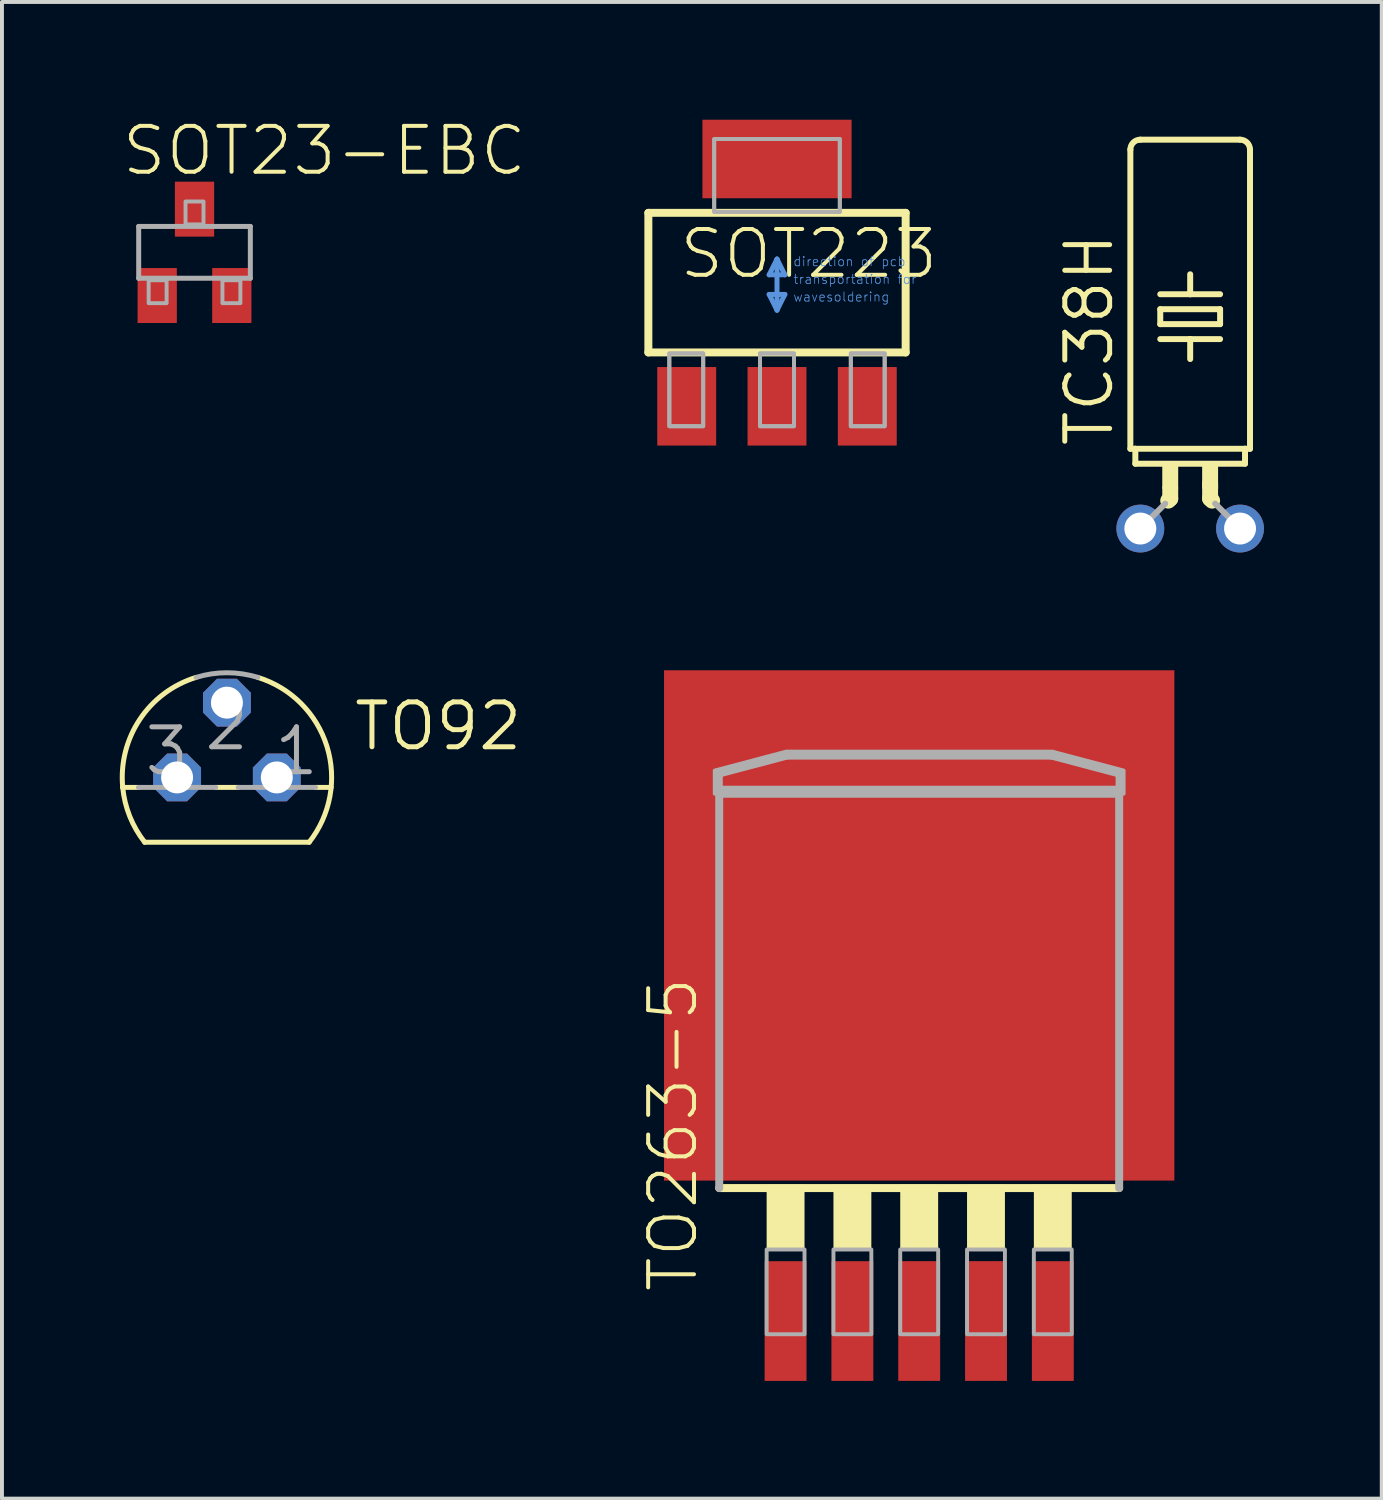
<source format=kicad_pcb>
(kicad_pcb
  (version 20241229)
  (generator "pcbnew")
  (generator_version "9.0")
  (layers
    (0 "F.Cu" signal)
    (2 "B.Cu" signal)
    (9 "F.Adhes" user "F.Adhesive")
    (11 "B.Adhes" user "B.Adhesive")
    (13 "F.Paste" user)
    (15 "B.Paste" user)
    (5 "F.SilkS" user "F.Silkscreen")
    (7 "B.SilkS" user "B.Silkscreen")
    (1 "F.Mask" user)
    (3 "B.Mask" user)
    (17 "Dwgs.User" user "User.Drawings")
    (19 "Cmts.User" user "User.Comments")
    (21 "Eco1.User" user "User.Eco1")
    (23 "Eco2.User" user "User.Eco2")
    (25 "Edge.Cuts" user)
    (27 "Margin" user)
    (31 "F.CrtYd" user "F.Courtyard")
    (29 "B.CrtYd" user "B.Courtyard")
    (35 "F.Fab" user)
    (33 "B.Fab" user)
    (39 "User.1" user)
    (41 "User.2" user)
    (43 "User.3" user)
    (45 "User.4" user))
  (footprint "TO92"
    (layer "F.Cu")
    (at 2.731 16.754)
    (property "Reference" "TO92" (at 3.175 -0.635 0) (layer "F.SilkS") (effects (font (size 1.143 1.143) (thickness 0.127)) (justify left bottom)))
    (fp_line (start -2.655 0.254) (end -2.254 0.254) (stroke (width 0.127) (type solid)) (layer "F.SilkS"))
    (fp_line (start -2.095 1.651) (end 2.095 1.651) (stroke (width 0.127) (type solid)) (layer "F.SilkS"))
    (fp_line (start -0.286 0.254) (end 0.286 0.254) (stroke (width 0.127) (type solid)) (layer "F.SilkS"))
    (fp_line (start 2.254 0.254) (end 2.655 0.254) (stroke (width 0.127) (type solid)) (layer "F.SilkS"))
    (fp_arc (start -2.6549 0.254) (mid -2.219001 -1.479566) (end -0.786299 -2.548501) (stroke (width 0.127) (type solid)) (layer "F.SilkS"))
    (fp_arc (start -2.0946 1.651) (mid -2.475347 0.992847) (end -2.654901 0.254) (stroke (width 0.127) (type solid)) (layer "F.SilkS"))
    (fp_arc (start 0.7863 -2.5484) (mid 2.546275 -0.793203) (end 2.094499 1.651) (stroke (width 0.127) (type solid)) (layer "F.SilkS"))
    (fp_line (start -2.254 0.254) (end -0.286 0.254) (stroke (width 0.127) (type solid)) (layer "F.Fab"))
    (fp_line (start 0.286 0.254) (end 2.254 0.254) (stroke (width 0.127) (type solid)) (layer "F.Fab"))
    (fp_arc (start -0.7863 -2.5485) (mid 0 -2.667043) (end 0.7863 -2.5485) (stroke (width 0.127) (type solid)) (layer "F.Fab"))
    (fp_text user "3" (at -2.159 0 0) (layer "F.Fab") (effects (font (size 1.143 1.143) (thickness 0.127)) (justify left bottom)))
    (fp_text user "2" (at -0.635 -0.635 0) (layer "F.Fab") (effects (font (size 1.143 1.143) (thickness 0.127)) (justify left bottom)))
    (fp_text user "1" (at 1.143 0 0) (layer "F.Fab") (effects (font (size 1.143 1.143) (thickness 0.127)) (justify left bottom)))
    (pad "1" thru_hole roundrect (at 1.27 0) (size 1.219 1.219) (drill 0.813) (layers "*.Cu" "*.Mask") (roundrect_rratio 0.25) (chamfer_ratio 0.293) (chamfer top_left top_right bottom_left bottom_right))
    (pad "2" thru_hole roundrect (at 0 -1.905) (size 1.219 1.219) (drill 0.813) (layers "*.Cu" "*.Mask") (roundrect_rratio 0.25) (chamfer_ratio 0.293) (chamfer top_left top_right bottom_left bottom_right))
    (pad "3" thru_hole roundrect (at -1.27 0) (size 1.219 1.219) (drill 0.813) (layers "*.Cu" "*.Mask") (roundrect_rratio 0.25) (chamfer_ratio 0.293) (chamfer top_left top_right bottom_left bottom_right)))
  (footprint "SOT223"
    (layer "F.Cu")
    (at 16.743 4.15)
    (property "Reference" "SOT223" (at -2.54 -0.051 0) (layer "F.SilkS") (effects (font (size 1.168 1.168) (thickness 0.102)) (justify left bottom)))
    (fp_line (start -3.277 -1.778) (end 3.277 -1.778) (stroke (width 0.203) (type solid)) (layer "F.SilkS"))
    (fp_line (start -3.277 1.778) (end -3.277 -1.778) (stroke (width 0.203) (type solid)) (layer "F.SilkS"))
    (fp_line (start 3.277 -1.778) (end 3.277 1.778) (stroke (width 0.203) (type solid)) (layer "F.SilkS"))
    (fp_line (start 3.277 1.778) (end -3.277 1.778) (stroke (width 0.203) (type solid)) (layer "F.SilkS"))
    (fp_line (start -0.2 -0.2) (end 0.2 -0.2) (stroke (width 0.127) (type solid)) (layer "Cmts.User"))
    (fp_line (start -0.2 0.3) (end 0 0.7) (stroke (width 0.127) (type solid)) (layer "Cmts.User"))
    (fp_line (start 0 -0.6) (end -0.2 -0.2) (stroke (width 0.127) (type solid)) (layer "Cmts.User"))
    (fp_line (start 0 0.7) (end 0 -0.6) (stroke (width 0.127) (type solid)) (layer "Cmts.User"))
    (fp_line (start 0 0.7) (end 0.2 0.3) (stroke (width 0.127) (type solid)) (layer "Cmts.User"))
    (fp_line (start 0.2 -0.2) (end 0 -0.6) (stroke (width 0.127) (type solid)) (layer "Cmts.User"))
    (fp_line (start 0.2 0.3) (end -0.2 0.3) (stroke (width 0.127) (type solid)) (layer "Cmts.User"))
    (fp_poly (pts (xy -2.743 1.803) (xy -2.743 3.658) (xy -1.88 3.658) (xy -1.88 1.803)) (stroke (width 0.1) (type default)) (fill no) (layer "F.Fab"))
    (fp_poly (pts (xy -2.743 1.803) (xy -2.743 3.658) (xy -1.88 3.658) (xy -1.88 1.803)) (stroke (width 0.1) (type default)) (fill no) (layer "F.Fab"))
    (fp_poly (pts (xy -1.6 -3.658) (xy -1.6 -1.803) (xy 1.6 -1.803) (xy 1.6 -3.658)) (stroke (width 0.1) (type default)) (fill no) (layer "F.Fab"))
    (fp_poly (pts (xy -1.6 -3.658) (xy -1.6 -1.803) (xy 1.6 -1.803) (xy 1.6 -3.658)) (stroke (width 0.1) (type default)) (fill no) (layer "F.Fab"))
    (fp_poly (pts (xy -0.432 1.803) (xy -0.432 3.658) (xy 0.432 3.658) (xy 0.432 1.803)) (stroke (width 0.1) (type default)) (fill no) (layer "F.Fab"))
    (fp_poly (pts (xy -0.432 1.803) (xy -0.432 3.658) (xy 0.432 3.658) (xy 0.432 1.803)) (stroke (width 0.1) (type default)) (fill no) (layer "F.Fab"))
    (fp_poly (pts (xy 1.88 1.803) (xy 1.88 3.658) (xy 2.743 3.658) (xy 2.743 1.803)) (stroke (width 0.1) (type default)) (fill no) (layer "F.Fab"))
    (fp_poly (pts (xy 1.88 1.803) (xy 1.88 3.658) (xy 2.743 3.658) (xy 2.743 1.803)) (stroke (width 0.1) (type default)) (fill no) (layer "F.Fab"))
    (fp_text user "direction of pcb" (at 0.4 -0.4 0) (layer "Cmts.User") (effects (font (size 0.234 0.234) (thickness 0.02)) (justify left bottom)))
    (fp_text user "transportation for" (at 0.4 0.05 0) (layer "Cmts.User") (effects (font (size 0.234 0.234) (thickness 0.02)) (justify left bottom)))
    (fp_text user "wavesoldering" (at 0.4 0.5 0) (layer "Cmts.User") (effects (font (size 0.234 0.234) (thickness 0.02)) (justify left bottom)))
    (pad "1" smd rect (at -2.3 3.15) (size 1.5 2) (layers "F.Cu" "F.Mask" "F.Paste"))
    (pad "2" smd rect (at 0 3.15) (size 1.5 2) (layers "F.Cu" "F.Mask" "F.Paste"))
    (pad "3" smd rect (at 2.3 3.15) (size 1.5 2) (layers "F.Cu" "F.Mask" "F.Paste"))
    (pad "4" smd rect (at 0 -3.15) (size 3.8 2) (layers "F.Cu" "F.Mask" "F.Paste")))
  (footprint "SOT23-EBC"
    (layer "F.Cu")
    (at 1.905 3.378)
    (property "Reference" "SOT23-EBC" (at -1.905 -1.905 0) (layer "F.SilkS") (effects (font (size 1.168 1.168) (thickness 0.102)) (justify left bottom)))
    (fp_line (start -1.422 -0.66) (end 1.422 -0.66) (stroke (width 0.127) (type solid)) (layer "F.Fab"))
    (fp_line (start -1.422 0.66) (end -1.422 -0.66) (stroke (width 0.127) (type solid)) (layer "F.Fab"))
    (fp_line (start 1.422 -0.66) (end 1.422 0.66) (stroke (width 0.127) (type solid)) (layer "F.Fab"))
    (fp_line (start 1.422 0.66) (end -1.422 0.66) (stroke (width 0.127) (type solid)) (layer "F.Fab"))
    (fp_poly (pts (xy -1.168 1.295) (xy -0.711 1.295) (xy -0.711 0.711) (xy -1.168 0.711)) (stroke (width 0.1) (type default)) (fill no) (layer "F.Fab"))
    (fp_poly (pts (xy -0.229 -0.711) (xy 0.229 -0.711) (xy 0.229 -1.295) (xy -0.229 -1.295)) (stroke (width 0.1) (type default)) (fill no) (layer "F.Fab"))
    (fp_poly (pts (xy 0.711 1.295) (xy 1.168 1.295) (xy 1.168 0.711) (xy 0.711 0.711)) (stroke (width 0.1) (type default)) (fill no) (layer "F.Fab"))
    (pad "B" smd rect (at 0.95 1.1) (size 1 1.4) (layers "F.Cu" "F.Mask" "F.Paste"))
    (pad "C" smd rect (at 0 -1.1) (size 1 1.4) (layers "F.Cu" "F.Mask" "F.Paste"))
    (pad "E" smd rect (at -0.95 1.1) (size 1 1.4) (layers "F.Cu" "F.Mask" "F.Paste")))
  (footprint "TO263-5"
    (layer "F.Cu")
    (at 20.365 24.334)
    (property "Reference" "TO263-5" (at -5.588 5.588 90) (layer "F.SilkS") (effects (font (size 1.168 1.168) (thickness 0.102)) (justify left bottom)))
    (fp_line (start 5.094 2.88) (end -5.094 2.88) (stroke (width 0.203) (type solid)) (layer "F.SilkS"))
    (fp_poly (pts (xy -3.886 4.47) (xy -2.921 4.47) (xy -2.921 2.794) (xy -3.886 2.794)) (stroke (width 0) (type default)) (fill yes) (layer "F.SilkS"))
    (fp_poly (pts (xy -2.184 4.47) (xy -1.219 4.47) (xy -1.219 2.794) (xy -2.184 2.794)) (stroke (width 0) (type default)) (fill yes) (layer "F.SilkS"))
    (fp_poly (pts (xy -0.483 4.47) (xy 0.483 4.47) (xy 0.483 2.794) (xy -0.483 2.794)) (stroke (width 0) (type default)) (fill yes) (layer "F.SilkS"))
    (fp_poly (pts (xy 1.219 4.47) (xy 2.184 4.47) (xy 2.184 2.794) (xy 1.219 2.794)) (stroke (width 0) (type default)) (fill yes) (layer "F.SilkS"))
    (fp_poly (pts (xy 2.921 4.47) (xy 3.886 4.47) (xy 3.886 2.794) (xy 2.921 2.794)) (stroke (width 0) (type default)) (fill yes) (layer "F.SilkS"))
    (fp_line (start -5.105 -7.678) (end -3.378 -8.135) (stroke (width 0.203) (type solid)) (layer "F.Fab"))
    (fp_line (start -5.105 -7.267) (end -5.105 -7.678) (stroke (width 0.203) (type solid)) (layer "F.Fab"))
    (fp_line (start -5.094 -7.165) (end 5.094 -7.165) (stroke (width 0.203) (type solid)) (layer "F.Fab"))
    (fp_line (start -5.094 2.88) (end -5.094 -7.165) (stroke (width 0.203) (type solid)) (layer "F.Fab"))
    (fp_line (start -3.378 -8.135) (end 3.378 -8.135) (stroke (width 0.203) (type solid)) (layer "F.Fab"))
    (fp_line (start 3.378 -8.135) (end 5.105 -7.678) (stroke (width 0.203) (type solid)) (layer "F.Fab"))
    (fp_line (start 5.094 -7.165) (end 5.094 2.88) (stroke (width 0.203) (type solid)) (layer "F.Fab"))
    (fp_line (start 5.105 -7.678) (end 5.105 -7.267) (stroke (width 0.203) (type solid)) (layer "F.Fab"))
    (fp_line (start 5.105 -7.267) (end -5.105 -7.267) (stroke (width 0.203) (type solid)) (layer "F.Fab"))
    (fp_poly (pts (xy -3.886 6.604) (xy -2.921 6.604) (xy -2.921 4.445) (xy -3.886 4.445)) (stroke (width 0.1) (type default)) (fill no) (layer "F.Fab"))
    (fp_poly (pts (xy -2.184 6.604) (xy -1.219 6.604) (xy -1.219 4.445) (xy -2.184 4.445)) (stroke (width 0.1) (type default)) (fill no) (layer "F.Fab"))
    (fp_poly (pts (xy -0.483 6.604) (xy 0.483 6.604) (xy 0.483 4.445) (xy -0.483 4.445)) (stroke (width 0.1) (type default)) (fill no) (layer "F.Fab"))
    (fp_poly (pts (xy 1.219 6.604) (xy 2.184 6.604) (xy 2.184 4.445) (xy 1.219 4.445)) (stroke (width 0.1) (type default)) (fill no) (layer "F.Fab"))
    (fp_poly (pts (xy 2.921 6.604) (xy 3.886 6.604) (xy 3.886 4.445) (xy 2.921 4.445)) (stroke (width 0.1) (type default)) (fill no) (layer "F.Fab"))
    (fp_poly (pts (xy 5.207 -7.756) (xy 5.207 -7.165) (xy -5.207 -7.165) (xy -5.207 -7.756) (xy -3.391 -8.237) (xy 3.391 -8.237)) (stroke (width 0.1) (type default)) (fill no) (layer "F.Fab"))
    (pad "1" smd rect (at -3.404 6.268) (size 1.067 3.05) (layers "F.Cu" "F.Mask" "F.Paste"))
    (pad "2" smd rect (at -1.702 6.268) (size 1.067 3.05) (layers "F.Cu" "F.Mask" "F.Paste"))
    (pad "3" smd rect (at 0 6.267) (size 1.067 3.05) (layers "F.Cu" "F.Mask" "F.Paste"))
    (pad "4" smd rect (at 1.702 6.267) (size 1.067 3.05) (layers "F.Cu" "F.Mask" "F.Paste"))
    (pad "5" smd rect (at 3.404 6.268) (size 1.067 3.05) (layers "F.Cu" "F.Mask" "F.Paste"))
    (pad "6" smd rect (at 0 -3.81) (size 13 13) (layers "F.Cu" "F.Mask" "F.Paste")))
  (footprint "TC38H"
    (layer "F.Cu")
    (at 27.268 10.414)
    (property "Reference" "TC38H" (at -1.905 -2.032 90) (layer "F.SilkS") (effects (font (size 1.143 1.143) (thickness 0.127)) (justify left bottom)))
    (fp_line (start -1.524 -2.032) (end -1.524 -9.652) (stroke (width 0.152) (type solid)) (layer "F.SilkS"))
    (fp_line (start -1.524 -2.032) (end -1.397 -2.032) (stroke (width 0.152) (type solid)) (layer "F.SilkS"))
    (fp_line (start -1.397 -1.651) (end -1.397 -2.032) (stroke (width 0.152) (type solid)) (layer "F.SilkS"))
    (fp_line (start -1.397 -1.651) (end 1.397 -1.651) (stroke (width 0.152) (type solid)) (layer "F.SilkS"))
    (fp_line (start -1.27 -9.906) (end 1.27 -9.906) (stroke (width 0.152) (type solid)) (layer "F.SilkS"))
    (fp_line (start -0.762 -5.969) (end 0 -5.969) (stroke (width 0.152) (type solid)) (layer "F.SilkS"))
    (fp_line (start -0.762 -5.588) (end -0.762 -5.207) (stroke (width 0.152) (type solid)) (layer "F.SilkS"))
    (fp_line (start -0.762 -5.588) (end 0.762 -5.588) (stroke (width 0.152) (type solid)) (layer "F.SilkS"))
    (fp_line (start -0.762 -4.826) (end 0 -4.826) (stroke (width 0.152) (type solid)) (layer "F.SilkS"))
    (fp_line (start -0.559 -0.711) (end -0.508 -0.762) (stroke (width 0.406) (type solid)) (layer "F.SilkS"))
    (fp_line (start -0.508 -0.762) (end -0.508 -1.016) (stroke (width 0.406) (type solid)) (layer "F.SilkS"))
    (fp_line (start 0 -5.969) (end 0 -6.477) (stroke (width 0.152) (type solid)) (layer "F.SilkS"))
    (fp_line (start 0 -5.969) (end 0.762 -5.969) (stroke (width 0.152) (type solid)) (layer "F.SilkS"))
    (fp_line (start 0 -4.826) (end 0 -4.318) (stroke (width 0.152) (type solid)) (layer "F.SilkS"))
    (fp_line (start 0 -4.826) (end 0.762 -4.826) (stroke (width 0.152) (type solid)) (layer "F.SilkS"))
    (fp_line (start 0.508 -0.762) (end 0.508 -1.143) (stroke (width 0.406) (type solid)) (layer "F.SilkS"))
    (fp_line (start 0.559 -0.711) (end 0.508 -0.762) (stroke (width 0.406) (type solid)) (layer "F.SilkS"))
    (fp_line (start 0.762 -5.207) (end -0.762 -5.207) (stroke (width 0.152) (type solid)) (layer "F.SilkS"))
    (fp_line (start 0.762 -5.207) (end 0.762 -5.588) (stroke (width 0.152) (type solid)) (layer "F.SilkS"))
    (fp_line (start 1.397 -2.032) (end -1.397 -2.032) (stroke (width 0.152) (type solid)) (layer "F.SilkS"))
    (fp_line (start 1.397 -1.651) (end 1.397 -2.032) (stroke (width 0.152) (type solid)) (layer "F.SilkS"))
    (fp_line (start 1.524 -2.032) (end 1.397 -2.032) (stroke (width 0.152) (type solid)) (layer "F.SilkS"))
    (fp_line (start 1.524 -2.032) (end 1.524 -9.652) (stroke (width 0.152) (type solid)) (layer "F.SilkS"))
    (fp_arc (start -1.524 -9.652) (mid -1.449605 -9.831605) (end -1.27 -9.906) (stroke (width 0.1524) (type solid)) (layer "F.SilkS"))
    (fp_arc (start 1.27 -9.906) (mid 1.449605 -9.831605) (end 1.524 -9.652) (stroke (width 0.1524) (type solid)) (layer "F.SilkS"))
    (fp_poly (pts (xy -0.711 -1.016) (xy -0.305 -1.016) (xy -0.305 -1.6) (xy -0.711 -1.6)) (stroke (width 0) (type default)) (fill yes) (layer "F.SilkS"))
    (fp_poly (pts (xy 0.305 -1.016) (xy 0.711 -1.016) (xy 0.711 -1.6) (xy 0.305 -1.6)) (stroke (width 0) (type default)) (fill yes) (layer "F.SilkS"))
    (fp_line (start -0.635 -0.635) (end -1.27 0) (stroke (width 0.152) (type solid)) (layer "F.Fab"))
    (fp_line (start 0.635 -0.635) (end 1.27 0) (stroke (width 0.152) (type solid)) (layer "F.Fab"))
    (pad "1" thru_hole circle (at -1.27 0) (size 1.219 1.219) (drill 0.813) (layers "*.Cu" "*.Mask"))
    (pad "2" thru_hole circle (at 1.27 0) (size 1.219 1.219) (drill 0.813) (layers "*.Cu" "*.Mask"))
    (zone (net_name "") (layers "F.Cu" "B.Cu") (hatch edge 0.5) (connect_pads) (min_thickness 0.25) (filled_areas_thickness no) (keepout (tracks allowed) (vias not_allowed) (pads allowed) (copperpour allowed) (footprints allowed)) (placement (enabled no)) (fill) (polygon (pts (xy 25.49 9.398) (xy 29.046 9.398) (xy 29.046 0) (xy 25.49 0)))))
  (gr_rect
    (start -3 -3)
    (end 32.148 35.126)
    (stroke (width 0.1) (type default))
    (fill no)
    (layer "Edge.Cuts")))
</source>
